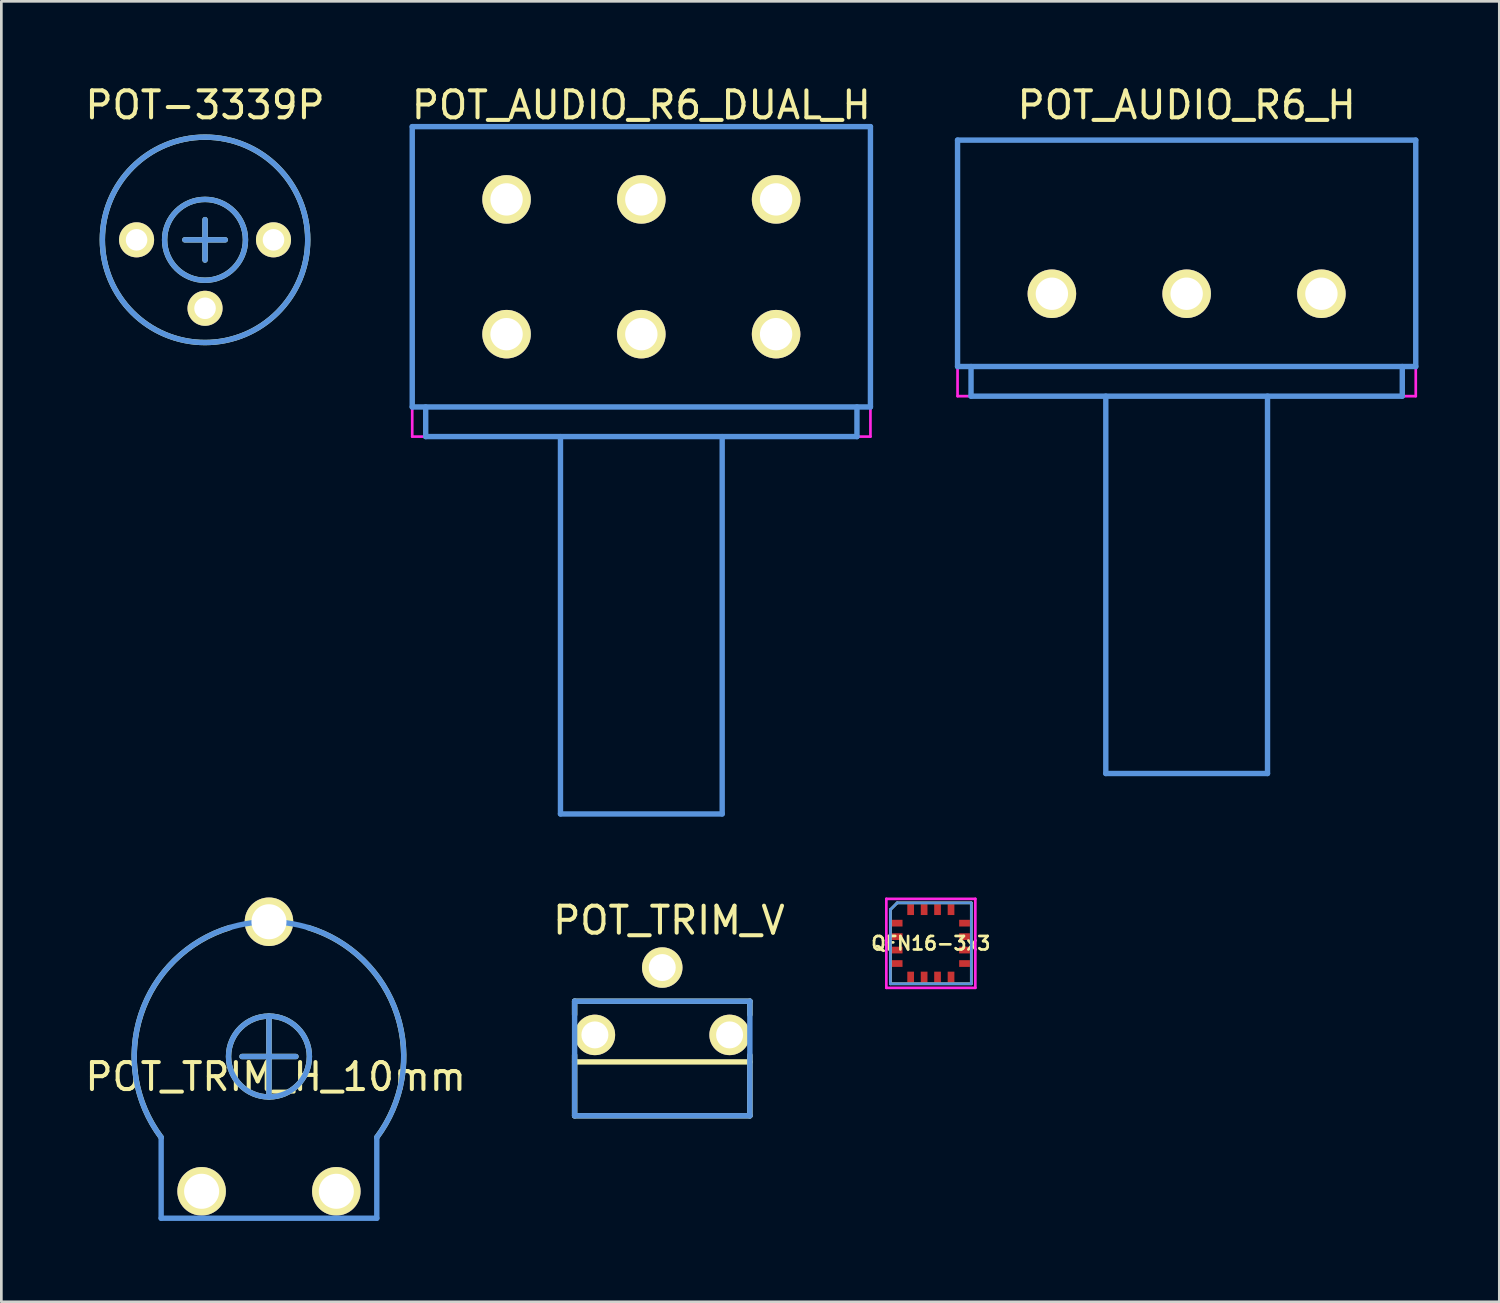
<source format=kicad_pcb>
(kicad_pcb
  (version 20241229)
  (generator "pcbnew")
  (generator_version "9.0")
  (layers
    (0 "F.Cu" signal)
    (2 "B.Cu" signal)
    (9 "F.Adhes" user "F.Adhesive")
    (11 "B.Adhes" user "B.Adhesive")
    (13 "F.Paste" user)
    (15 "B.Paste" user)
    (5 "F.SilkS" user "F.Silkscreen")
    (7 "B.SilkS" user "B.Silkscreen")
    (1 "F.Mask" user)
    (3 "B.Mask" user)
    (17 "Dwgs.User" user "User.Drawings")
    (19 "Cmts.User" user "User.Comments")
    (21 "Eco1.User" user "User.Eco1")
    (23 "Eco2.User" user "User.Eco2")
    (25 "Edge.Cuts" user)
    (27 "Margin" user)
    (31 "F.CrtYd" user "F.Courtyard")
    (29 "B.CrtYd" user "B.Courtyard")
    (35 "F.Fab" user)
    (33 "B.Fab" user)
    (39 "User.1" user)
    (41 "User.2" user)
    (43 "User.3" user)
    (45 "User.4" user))
  (footprint "QFN16-3x3"
    (layer "F.Cu")
    (at 31.485 31.949)
    (property "Reference" "QFN16-3x3" (at 0 0 0) (layer "F.SilkS") (effects (font (size 0.5 0.5) (thickness 0.099))))
    (attr through_hole)
    (fp_line (start -1.501 -1.25) (end -1.25 -1.501) (stroke (width 0.099) (type solid)) (layer "F.SilkS"))
    (fp_line (start -1.501 1.501) (end -1.501 -1.25) (stroke (width 0.099) (type solid)) (layer "F.SilkS"))
    (fp_line (start -1.25 -1.501) (end 1.501 -1.501) (stroke (width 0.099) (type solid)) (layer "F.SilkS"))
    (fp_line (start 1.501 -1.501) (end 1.501 1.501) (stroke (width 0.099) (type solid)) (layer "F.SilkS"))
    (fp_line (start 1.501 1.501) (end -1.501 1.501) (stroke (width 0.099) (type solid)) (layer "F.SilkS"))
    (fp_line (start -1.501 -1.25) (end -1.25 -1.501) (stroke (width 0.099) (type solid)) (layer "Cmts.User"))
    (fp_line (start -1.501 1.501) (end -1.501 -1.25) (stroke (width 0.099) (type solid)) (layer "Cmts.User"))
    (fp_line (start -1.25 -1.501) (end 1.501 -1.501) (stroke (width 0.099) (type solid)) (layer "Cmts.User"))
    (fp_line (start 1.501 -1.501) (end 1.501 1.501) (stroke (width 0.099) (type solid)) (layer "Cmts.User"))
    (fp_line (start 1.501 1.501) (end -1.501 1.501) (stroke (width 0.099) (type solid)) (layer "Cmts.User"))
    (fp_line (start -1.651 -1.651) (end 1.651 -1.651) (stroke (width 0.099) (type solid)) (layer "F.CrtYd"))
    (fp_line (start -1.651 1.651) (end -1.651 -1.651) (stroke (width 0.099) (type solid)) (layer "F.CrtYd"))
    (fp_line (start 1.651 -1.651) (end 1.651 1.651) (stroke (width 0.099) (type solid)) (layer "F.CrtYd"))
    (fp_line (start 1.651 1.651) (end -1.651 1.651) (stroke (width 0.099) (type solid)) (layer "F.CrtYd"))
    (pad "1" smd rect (at -1.25 -0.749) (size 0.399 0.249) (layers "F.Cu" "F.Mask" "F.Paste"))
    (pad "2" smd rect (at -1.25 -0.249) (size 0.399 0.249) (layers "F.Cu" "F.Mask" "F.Paste"))
    (pad "3" smd rect (at -1.25 0.249) (size 0.399 0.249) (layers "F.Cu" "F.Mask" "F.Paste"))
    (pad "4" smd rect (at -1.25 0.749) (size 0.399 0.249) (layers "F.Cu" "F.Mask" "F.Paste"))
    (pad "5" smd rect (at -0.749 1.25 90) (size 0.399 0.249) (layers "F.Cu" "F.Mask" "F.Paste"))
    (pad "6" smd rect (at -0.249 1.25 90) (size 0.399 0.249) (layers "F.Cu" "F.Mask" "F.Paste"))
    (pad "7" smd rect (at 0.249 1.25 90) (size 0.399 0.249) (layers "F.Cu" "F.Mask" "F.Paste"))
    (pad "8" smd rect (at 0.749 1.25 90) (size 0.399 0.249) (layers "F.Cu" "F.Mask" "F.Paste"))
    (pad "9" smd rect (at 1.25 0.749) (size 0.399 0.249) (layers "F.Cu" "F.Mask" "F.Paste"))
    (pad "10" smd rect (at 1.25 0.249) (size 0.399 0.249) (layers "F.Cu" "F.Mask" "F.Paste"))
    (pad "11" smd rect (at 1.25 -0.249) (size 0.399 0.249) (layers "F.Cu" "F.Mask" "F.Paste"))
    (pad "12" smd rect (at 1.25 -0.749) (size 0.399 0.249) (layers "F.Cu" "F.Mask" "F.Paste"))
    (pad "13" smd rect (at 0.749 -1.25 90) (size 0.399 0.249) (layers "F.Cu" "F.Mask" "F.Paste"))
    (pad "14" smd rect (at 0.249 -1.25 90) (size 0.399 0.249) (layers "F.Cu" "F.Mask" "F.Paste"))
    (pad "15" smd rect (at -0.249 -1.25 90) (size 0.399 0.249) (layers "F.Cu" "F.Mask" "F.Paste"))
    (pad "16" smd rect (at -0.749 -1.25 90) (size 0.399 0.249) (layers "F.Cu" "F.Mask" "F.Paste")))
  (footprint "POT-3339P"
    (layer "F.Cu")
    (at 4.557 5.848)
    (property "Reference" "POT-3339P" (at 0 -5 0) (layer "F.SilkS") (effects (font (size 1.001 1.001) (thickness 0.15))))
    (attr through_hole)
    (fp_line (start -0.75 0) (end 0.75 0) (stroke (width 0.2) (type solid)) (layer "F.SilkS"))
    (fp_line (start 0 -0.75) (end 0 0.75) (stroke (width 0.2) (type solid)) (layer "F.SilkS"))
    (fp_circle (center 0 0) (end 1.5 0) (stroke (width 0.2) (type solid)) (fill no) (layer "F.SilkS"))
    (fp_circle (center 0 0) (end 3.81 0) (stroke (width 0.2) (type solid)) (fill no) (layer "F.SilkS"))
    (fp_line (start -0.75 0) (end 0.75 0) (stroke (width 0.2) (type solid)) (layer "Cmts.User"))
    (fp_line (start 0 -0.75) (end 0 0.75) (stroke (width 0.2) (type solid)) (layer "Cmts.User"))
    (fp_circle (center 0 0) (end 1.5 0) (stroke (width 0.2) (type solid)) (fill no) (layer "Cmts.User"))
    (fp_circle (center 0 0) (end 3.81 0) (stroke (width 0.2) (type solid)) (fill no) (layer "Cmts.User"))
    (fp_circle (center 0 0) (end 3.85 0) (stroke (width 0.1) (type solid)) (fill no) (layer "Eco1.User"))
    (pad "1" thru_hole circle (at -2.54 0) (size 1.3 1.3) (drill 0.8) (layers "*.Cu" "*.Mask" "F.SilkS"))
    (pad "2" thru_hole circle (at 0 2.54) (size 1.3 1.3) (drill 0.8) (layers "*.Cu" "*.Mask" "F.SilkS"))
    (pad "3" thru_hole circle (at 2.54 0) (size 1.3 1.3) (drill 0.8) (layers "*.Cu" "*.Mask" "F.SilkS")))
  (footprint "POT_TRIM_V"
    (layer "F.Cu")
    (at 21.52 35.346)
    (property "Reference" "POT_TRIM_V" (at 0.249 -4.249 0) (layer "F.SilkS") (effects (font (size 1.001 1.001) (thickness 0.15))))
    (attr through_hole)
    (fp_line (start -3.251 -1.25) (end -3.251 -0.749) (stroke (width 0.201) (type solid)) (layer "F.SilkS"))
    (fp_line (start -3.251 -1.25) (end 3.251 -1.25) (stroke (width 0.201) (type solid)) (layer "F.SilkS"))
    (fp_line (start -3.251 3) (end -3.251 0.749) (stroke (width 0.201) (type solid)) (layer "F.SilkS"))
    (fp_line (start 3.251 -1.25) (end 3.251 -0.749) (stroke (width 0.201) (type solid)) (layer "F.SilkS"))
    (fp_line (start 3.251 1.001) (end -3.251 1.001) (stroke (width 0.201) (type solid)) (layer "F.SilkS"))
    (fp_line (start 3.251 3) (end -3.251 3) (stroke (width 0.201) (type solid)) (layer "F.SilkS"))
    (fp_line (start 3.251 3) (end 3.251 0.749) (stroke (width 0.201) (type solid)) (layer "F.SilkS"))
    (fp_line (start -3.251 -1.25) (end -3.251 3) (stroke (width 0.201) (type solid)) (layer "Cmts.User"))
    (fp_line (start -3.251 3) (end 3.251 3) (stroke (width 0.201) (type solid)) (layer "Cmts.User"))
    (fp_line (start 3.251 -1.25) (end -3.251 -1.25) (stroke (width 0.201) (type solid)) (layer "Cmts.User"))
    (fp_line (start 3.251 3) (end 3.251 -1.25) (stroke (width 0.201) (type solid)) (layer "Cmts.User"))
    (fp_line (start -3.401 -1.4) (end -3.401 3.099) (stroke (width 0.099) (type solid)) (layer "Eco1.User"))
    (fp_line (start -3.401 3.099) (end 3.401 3.099) (stroke (width 0.099) (type solid)) (layer "Eco1.User"))
    (fp_line (start -1.1 -3.5) (end -1.1 -1.4) (stroke (width 0.099) (type solid)) (layer "Eco1.User"))
    (fp_line (start -1.1 -1.4) (end -3.401 -1.4) (stroke (width 0.099) (type solid)) (layer "Eco1.User"))
    (fp_line (start 1.1 -3.5) (end -1.1 -3.5) (stroke (width 0.099) (type solid)) (layer "Eco1.User"))
    (fp_line (start 1.1 -1.4) (end 1.1 -3.5) (stroke (width 0.099) (type solid)) (layer "Eco1.User"))
    (fp_line (start 3.401 -1.4) (end 1.1 -1.4) (stroke (width 0.099) (type solid)) (layer "Eco1.User"))
    (fp_line (start 3.401 3.099) (end 3.401 -1.4) (stroke (width 0.099) (type solid)) (layer "Eco1.User"))
    (pad "1" thru_hole circle (at -2.499 0) (size 1.501 1.501) (drill 1.001) (layers "*.Cu" "*.Mask" "F.SilkS"))
    (pad "2" thru_hole circle (at 0 -2.499) (size 1.501 1.501) (drill 1.001) (layers "*.Cu" "*.Mask" "F.SilkS"))
    (pad "3" thru_hole circle (at 2.499 0) (size 1.501 1.501) (drill 1.001) (layers "*.Cu" "*.Mask" "F.SilkS")))
  (footprint "POT_AUDIO_R6_H"
    (layer "F.Cu")
    (at 40.976 7.848)
    (property "Reference" "POT_AUDIO_R6_H" (at 0 -7 0) (layer "F.SilkS") (effects (font (size 1.001 1.001) (thickness 0.15))))
    (attr through_hole)
    (fp_line (start -8.5 -5.7) (end -8.5 2.7) (stroke (width 0.15) (type solid)) (layer "F.SilkS"))
    (fp_line (start -8.5 2.7) (end 8.5 2.7) (stroke (width 0.15) (type solid)) (layer "F.SilkS"))
    (fp_line (start -8 2.7) (end -8 3.8) (stroke (width 0.15) (type solid)) (layer "F.SilkS"))
    (fp_line (start -8 3.8) (end 8 3.8) (stroke (width 0.15) (type solid)) (layer "F.SilkS"))
    (fp_line (start 8 3.8) (end 8 2.7) (stroke (width 0.15) (type solid)) (layer "F.SilkS"))
    (fp_line (start 8.5 -5.7) (end -8.5 -5.7) (stroke (width 0.15) (type solid)) (layer "F.SilkS"))
    (fp_line (start 8.5 2.7) (end 8.5 -5.7) (stroke (width 0.15) (type solid)) (layer "F.SilkS"))
    (fp_line (start -8.5 -5.7) (end -8.5 2.7) (stroke (width 0.2) (type solid)) (layer "Cmts.User"))
    (fp_line (start -8.5 -5.7) (end 8.5 -5.7) (stroke (width 0.2) (type solid)) (layer "Cmts.User"))
    (fp_line (start -8 2.7) (end -8 3.8) (stroke (width 0.2) (type solid)) (layer "Cmts.User"))
    (fp_line (start -8 3.8) (end 8 3.8) (stroke (width 0.2) (type solid)) (layer "Cmts.User"))
    (fp_line (start -3 17.8) (end -3 3.8) (stroke (width 0.2) (type solid)) (layer "Cmts.User"))
    (fp_line (start 3 3.8) (end 3 17.8) (stroke (width 0.2) (type solid)) (layer "Cmts.User"))
    (fp_line (start 3 17.8) (end -3 17.8) (stroke (width 0.2) (type solid)) (layer "Cmts.User"))
    (fp_line (start 8 3.8) (end 8 2.7) (stroke (width 0.2) (type solid)) (layer "Cmts.User"))
    (fp_line (start 8.5 -5.7) (end 8.5 2.7) (stroke (width 0.2) (type solid)) (layer "Cmts.User"))
    (fp_line (start 8.5 2.7) (end -8.5 2.7) (stroke (width 0.2) (type solid)) (layer "Cmts.User"))
    (fp_line (start -8.5 -5.7) (end -8.5 3.8) (stroke (width 0.1) (type solid)) (layer "F.CrtYd"))
    (fp_line (start -8.5 3.8) (end 8.5 3.8) (stroke (width 0.1) (type solid)) (layer "F.CrtYd"))
    (fp_line (start 8.5 -5.7) (end -8.5 -5.7) (stroke (width 0.1) (type solid)) (layer "F.CrtYd"))
    (fp_line (start 8.5 3.8) (end 8.5 -5.7) (stroke (width 0.1) (type solid)) (layer "F.CrtYd"))
    (pad "1" thru_hole circle (at -5 0) (size 1.8 1.8) (drill 1.2) (layers "*.Cu" "*.Mask" "F.SilkS"))
    (pad "2" thru_hole circle (at 0 0) (size 1.8 1.8) (drill 1.2) (layers "*.Cu" "*.Mask" "F.SilkS"))
    (pad "3" thru_hole circle (at 5 0) (size 1.8 1.8) (drill 1.2) (layers "*.Cu" "*.Mask" "F.SilkS")))
  (footprint "POT_TRIM_H_10mm"
    (layer "F.Cu")
    (at 6.929 41.148)
    (property "Reference" "POT_TRIM_H_10mm" (at 0.249 -4.249 0) (layer "F.SilkS") (effects (font (size 1.001 1.001) (thickness 0.15))))
    (attr through_hole)
    (fp_line (start -1 -5) (end 1 -5) (stroke (width 0.2) (type solid)) (layer "F.SilkS"))
    (fp_line (start 0 -6.5) (end 0 -3.5) (stroke (width 0.2) (type solid)) (layer "F.SilkS"))
    (fp_arc (start -4 -2) (mid -4.751762 -6.555879) (end -1.450997 -9.784831) (stroke (width 0.2) (type solid)) (layer "F.SilkS"))
    (fp_arc (start 1.450997 -9.784831) (mid 4.751762 -6.555879) (end 4 -2) (stroke (width 0.2) (type solid)) (layer "F.SilkS"))
    (fp_circle (center 0 -5) (end 1.5 -5) (stroke (width 0.2) (type solid)) (fill no) (layer "F.SilkS"))
    (fp_line (start -4 -2) (end -4 1) (stroke (width 0.2) (type solid)) (layer "Cmts.User"))
    (fp_line (start -4 1) (end 4 1) (stroke (width 0.2) (type solid)) (layer "Cmts.User"))
    (fp_line (start -1 -5) (end 1 -5) (stroke (width 0.2) (type solid)) (layer "Cmts.User"))
    (fp_line (start 0 -3.5) (end 0 -6.5) (stroke (width 0.2) (type solid)) (layer "Cmts.User"))
    (fp_line (start 4 1) (end 4 -2) (stroke (width 0.2) (type solid)) (layer "Cmts.User"))
    (fp_arc (start -4 -2) (mid -0.010463 -9.999989) (end 4.012521 -2.016767) (stroke (width 0.2) (type solid)) (layer "Cmts.User"))
    (fp_circle (center 0 -5) (end 1.5 -5) (stroke (width 0.2) (type solid)) (fill no) (layer "Cmts.User"))
    (pad "1" thru_hole circle (at -2.499 0) (size 1.8 1.8) (drill 1.3) (layers "*.Cu" "*.Mask" "F.SilkS"))
    (pad "2" thru_hole circle (at 0 -10) (size 1.8 1.8) (drill 1.3) (layers "*.Cu" "*.Mask" "F.SilkS"))
    (pad "3" thru_hole circle (at 2.499 0) (size 1.8 1.8) (drill 1.3) (layers "*.Cu" "*.Mask" "F.SilkS")))
  (footprint "POT_AUDIO_R6_DUAL_H"
    (layer "F.Cu")
    (at 20.744 9.348)
    (property "Reference" "POT_AUDIO_R6_DUAL_H" (at 0 -8.5 0) (layer "F.SilkS") (effects (font (size 1.001 1.001) (thickness 0.15))))
    (attr through_hole)
    (fp_line (start -8.5 -7.7) (end -8.5 2.7) (stroke (width 0.15) (type solid)) (layer "F.SilkS"))
    (fp_line (start -8.5 2.7) (end 8.5 2.7) (stroke (width 0.15) (type solid)) (layer "F.SilkS"))
    (fp_line (start -8 2.7) (end -8 3.8) (stroke (width 0.15) (type solid)) (layer "F.SilkS"))
    (fp_line (start -8 3.8) (end 8 3.8) (stroke (width 0.15) (type solid)) (layer "F.SilkS"))
    (fp_line (start 8 3.8) (end 8 2.7) (stroke (width 0.15) (type solid)) (layer "F.SilkS"))
    (fp_line (start 8.5 -7.7) (end -8.5 -7.7) (stroke (width 0.15) (type solid)) (layer "F.SilkS"))
    (fp_line (start 8.5 2.7) (end 8.5 -7.7) (stroke (width 0.15) (type solid)) (layer "F.SilkS"))
    (fp_line (start -8.5 -7.7) (end -8.5 2.7) (stroke (width 0.2) (type solid)) (layer "Cmts.User"))
    (fp_line (start -8.5 -7.7) (end 8.5 -7.7) (stroke (width 0.2) (type solid)) (layer "Cmts.User"))
    (fp_line (start -8 2.7) (end -8 3.8) (stroke (width 0.2) (type solid)) (layer "Cmts.User"))
    (fp_line (start -8 3.8) (end 8 3.8) (stroke (width 0.2) (type solid)) (layer "Cmts.User"))
    (fp_line (start -3 17.8) (end -3 3.8) (stroke (width 0.2) (type solid)) (layer "Cmts.User"))
    (fp_line (start 3 3.8) (end 3 17.8) (stroke (width 0.2) (type solid)) (layer "Cmts.User"))
    (fp_line (start 3 17.8) (end -3 17.8) (stroke (width 0.2) (type solid)) (layer "Cmts.User"))
    (fp_line (start 8 3.8) (end 8 2.7) (stroke (width 0.2) (type solid)) (layer "Cmts.User"))
    (fp_line (start 8.5 -7.7) (end 8.5 2.7) (stroke (width 0.2) (type solid)) (layer "Cmts.User"))
    (fp_line (start 8.5 2.7) (end -8.5 2.7) (stroke (width 0.2) (type solid)) (layer "Cmts.User"))
    (fp_line (start -8.5 -7.7) (end -8.5 3.8) (stroke (width 0.1) (type solid)) (layer "F.CrtYd"))
    (fp_line (start -8.5 3.8) (end 8.5 3.8) (stroke (width 0.1) (type solid)) (layer "F.CrtYd"))
    (fp_line (start 8.5 -7.7) (end -8.5 -7.7) (stroke (width 0.1) (type solid)) (layer "F.CrtYd"))
    (fp_line (start 8.5 3.8) (end 8.5 -7.7) (stroke (width 0.1) (type solid)) (layer "F.CrtYd"))
    (pad "1" thru_hole circle (at -5 -5) (size 1.8 1.8) (drill 1.2) (layers "*.Cu" "*.Mask" "F.SilkS"))
    (pad "2" thru_hole circle (at 0 -5) (size 1.8 1.8) (drill 1.2) (layers "*.Cu" "*.Mask" "F.SilkS"))
    (pad "3" thru_hole circle (at 5 -5) (size 1.8 1.8) (drill 1.2) (layers "*.Cu" "*.Mask" "F.SilkS"))
    (pad "4" thru_hole circle (at -5 0) (size 1.8 1.8) (drill 1.2) (layers "*.Cu" "*.Mask" "F.SilkS"))
    (pad "5" thru_hole circle (at 0 0) (size 1.8 1.8) (drill 1.2) (layers "*.Cu" "*.Mask" "F.SilkS"))
    (pad "6" thru_hole circle (at 5 0) (size 1.8 1.8) (drill 1.2) (layers "*.Cu" "*.Mask" "F.SilkS")))
  (gr_rect
    (start -3 -3)
    (end 52.576 45.248)
    (stroke (width 0.1) (type default))
    (fill no)
    (layer "Edge.Cuts")))
</source>
